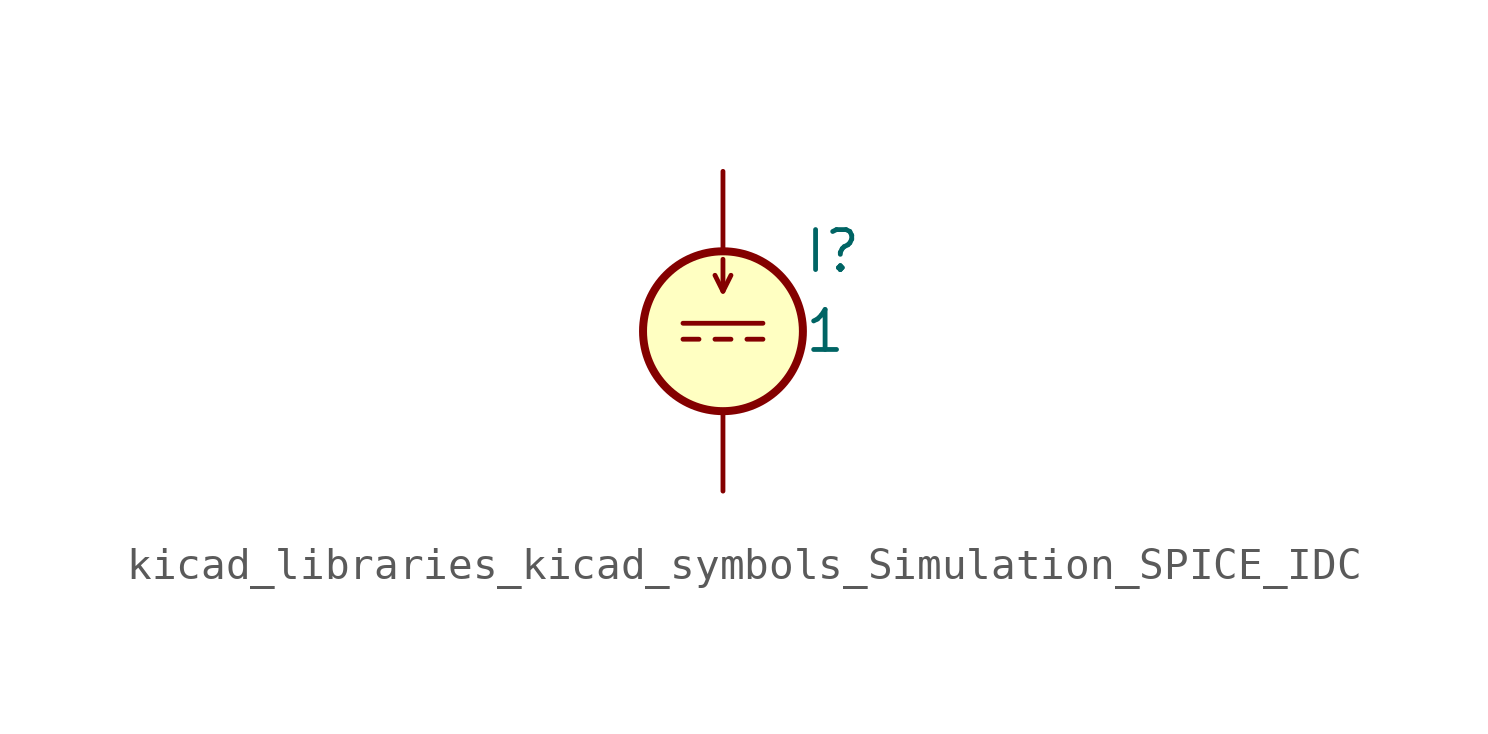
<source format=kicad_sym>
(kicad_symbol_lib
  (version 20220914)
  (generator kicad_symbol_editor)
  (symbol "kicad_libraries_kicad_symbols_Simulation_SPICE_IDC"
    (pin_numbers hide)
    (pin_names
      (offset 0.025))
    (property "Reference" "I"
      (at 2.54 2.54 0)
      (effects (font (size 1.27 1.27)) (justify left)))
    (property "Value" "1"
      (at 2.54 0 0)
      (effects (font (size 1.27 1.27)) (justify left)))
    (symbol "kicad_libraries_kicad_symbols_Simulation_SPICE_IDC_0_0"
      (polyline (pts (xy -1.27 0.254) (xy 1.27 0.254)) (stroke (width 0) (type default)) (fill (type none)))
      (polyline (pts (xy -0.762 -0.254) (xy -1.27 -0.254)) (stroke (width 0) (type default)) (fill (type none)))
      (polyline (pts (xy 0.254 -0.254) (xy -0.254 -0.254)) (stroke (width 0) (type default)) (fill (type none)))
      (polyline (pts (xy 1.27 -0.254) (xy 0.762 -0.254)) (stroke (width 0) (type default)) (fill (type none))))
    (symbol "kicad_libraries_kicad_symbols_Simulation_SPICE_IDC_0_1"
      (polyline (pts (xy 0 1.27) (xy 0 2.286)) (stroke (width 0) (type default)) (fill (type none)))
      (polyline (pts (xy -0.254 1.778) (xy 0 1.27) (xy 0.254 1.778)) (stroke (width 0) (type default)) (fill (type none)))
      (circle (center 0 0) (radius 2.54) (stroke (width 0.254) (type default)) (fill (type background))))
    (symbol "kicad_libraries_kicad_symbols_Simulation_SPICE_IDC_1_1"
      (pin passive line (at 0 5.08 270) (length 2.54) (name "~" (effects (font (size 1.27 1.27)))) (number "1" (effects (font (size 1.27 1.27)))))
      (pin passive line (at 0 -5.08 90) (length 2.54) (name "~" (effects (font (size 1.27 1.27)))) (number "2" (effects (font (size 1.27 1.27))))))))
</source>
